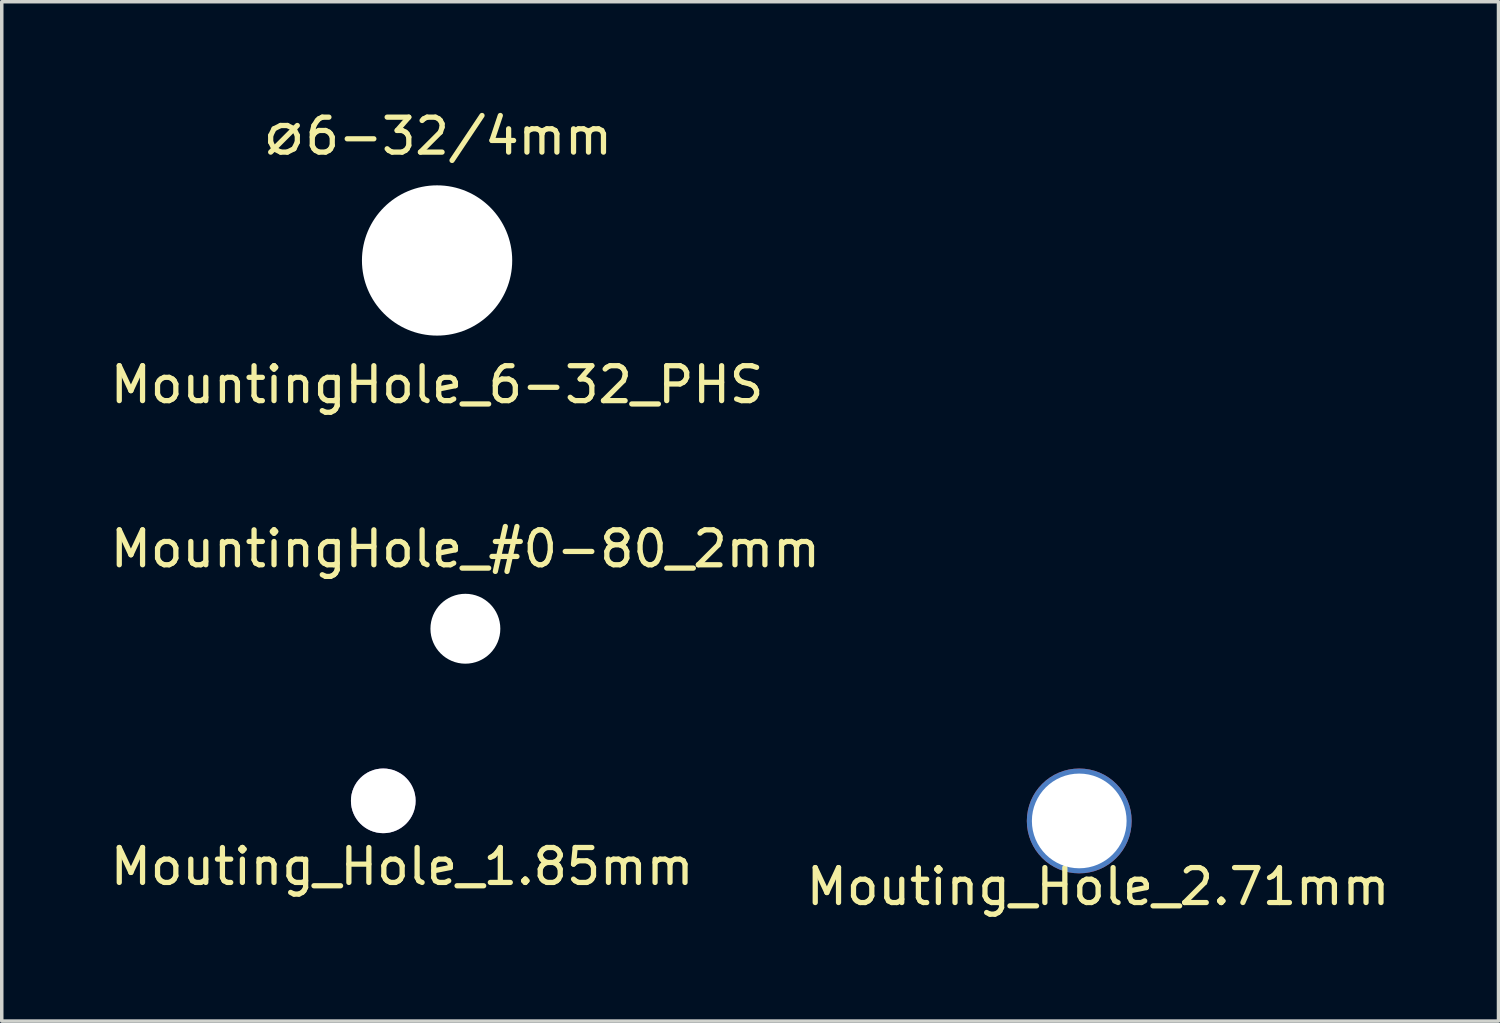
<source format=kicad_pcb>
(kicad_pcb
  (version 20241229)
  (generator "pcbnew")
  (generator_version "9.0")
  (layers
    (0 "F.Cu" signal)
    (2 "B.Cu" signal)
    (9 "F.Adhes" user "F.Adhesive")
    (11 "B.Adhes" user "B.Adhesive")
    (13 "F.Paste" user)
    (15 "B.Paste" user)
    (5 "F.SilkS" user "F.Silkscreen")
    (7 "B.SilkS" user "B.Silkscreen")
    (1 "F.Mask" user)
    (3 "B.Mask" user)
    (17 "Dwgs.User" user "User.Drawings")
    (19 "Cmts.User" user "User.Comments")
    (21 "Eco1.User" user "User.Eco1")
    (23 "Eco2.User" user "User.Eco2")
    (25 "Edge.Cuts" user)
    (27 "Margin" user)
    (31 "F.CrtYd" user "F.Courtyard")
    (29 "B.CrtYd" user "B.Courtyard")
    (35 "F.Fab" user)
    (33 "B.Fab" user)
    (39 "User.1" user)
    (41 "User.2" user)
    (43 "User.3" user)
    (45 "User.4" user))
  (footprint "Mouting_Hole_1.85mm"
    (layer "F.Cu")
    (at 7.918 19.868)
    (property "Reference" "Mouting_Hole_1.85mm" (at 0.54 1.88 0) (layer "F.SilkS") (effects (font (size 1 1) (thickness 0.15))))
    (attr through_hole board_only exclude_from_pos_files exclude_from_bom)
    (pad "1" thru_hole circle (at 0 0) (size 1.85 1.85) (drill 1.85) (layers "*.Cu")))
  (footprint "MountingHole_#0-80_2mm"
    (layer "F.Cu")
    (at 10.268 14.943)
    (property "Reference" "MountingHole_#0-80_2mm" (at 0 -2.286 0) (layer "F.SilkS") (effects (font (size 1 1) (thickness 0.15))))
    (attr exclude_from_pos_files exclude_from_bom)
    (pad "" np_thru_hole circle (at 0 0) (size 2 2) (drill 2) (layers "*.Cu" "*.Mask")))
  (footprint "MountingHole_6-32_PHS"
    (layer "F.Cu")
    (at 9.458 4.404)
    (property "Reference" "MountingHole_6-32_PHS" (at 0 3.556 0) (layer "F.SilkS") (effects (font (size 1 1) (thickness 0.15))))
    (attr through_hole board_only exclude_from_pos_files exclude_from_bom)
    (fp_text user "⌀6-32/4mm" (at 0 -3.556 0) (unlocked yes) (layer "F.SilkS") (effects (font (size 1 1) (thickness 0.15))))
    (pad "" np_thru_hole circle (at 0 0) (size 4.3 4.3) (drill 4.3) (layers "*.Cu" "*.Mask")))
  (footprint "Mouting_Hole_2.71mm"
    (layer "F.Cu")
    (at 27.835 20.443)
    (property "Reference" "Mouting_Hole_2.71mm" (at 0.54 1.88 0) (layer "F.SilkS") (effects (font (size 1 1) (thickness 0.15))))
    (attr through_hole board_only exclude_from_pos_files exclude_from_bom)
    (pad "1" thru_hole circle (at 0 0) (size 3 3) (drill 2.71) (layers "*.Cu")))
  (gr_rect
    (start -3 -3)
    (end 39.833 26.171)
    (stroke (width 0.1) (type default))
    (fill no)
    (layer "Edge.Cuts")))
</source>
